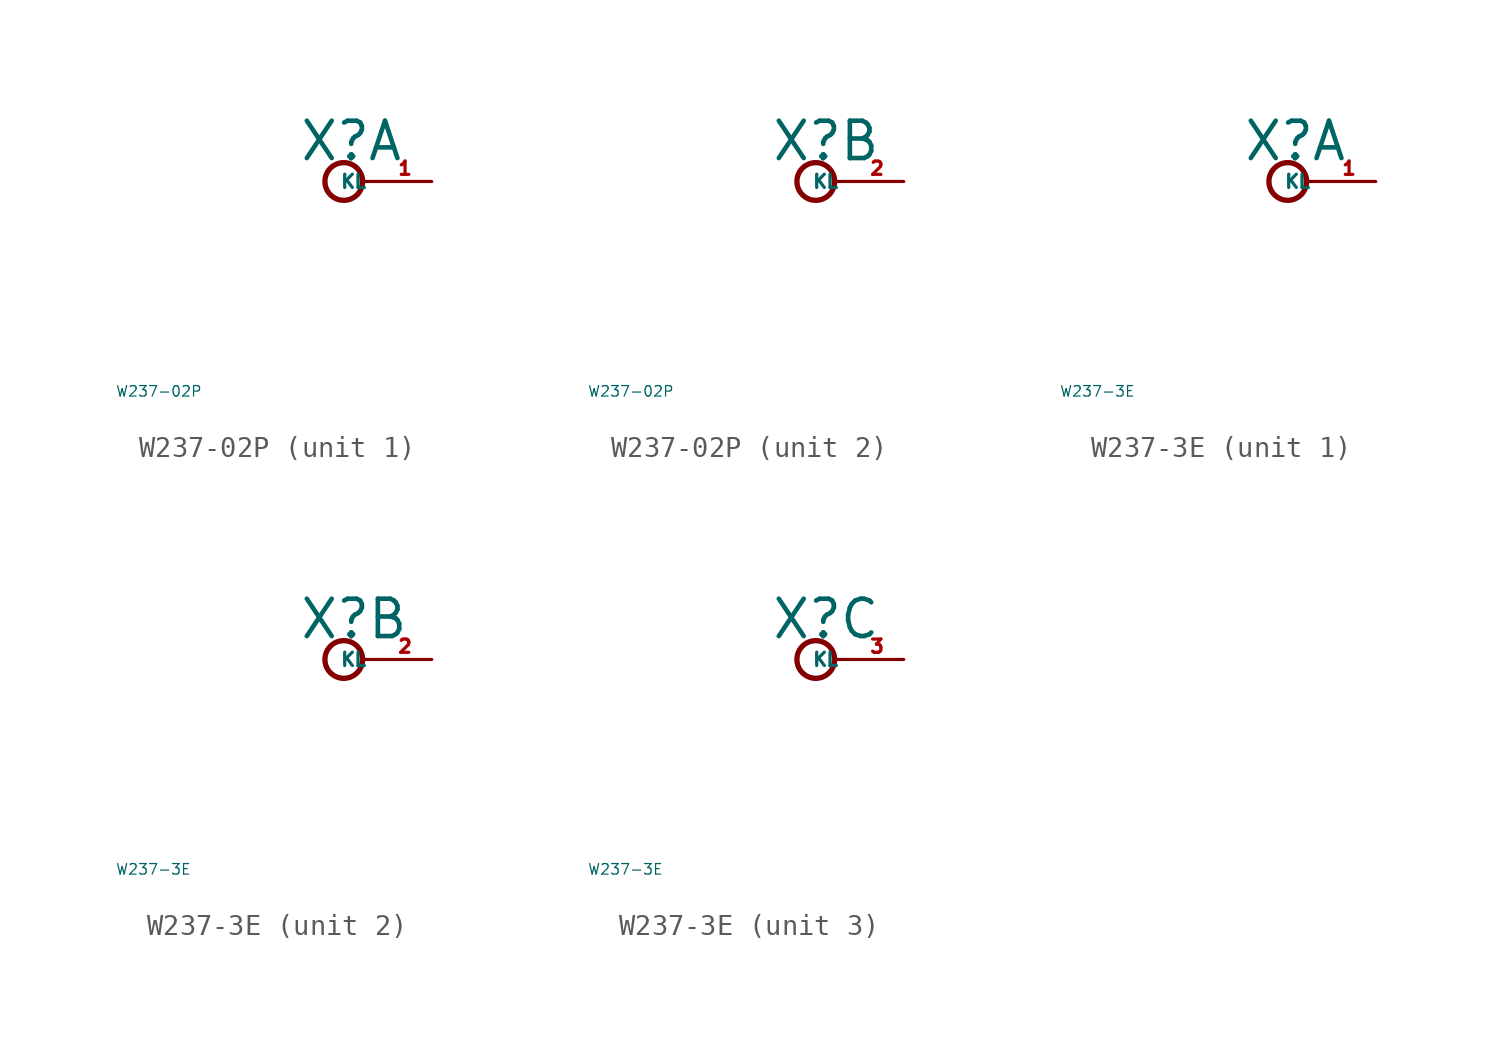
<source format=kicad_sym>
(kicad_symbol_lib
  (version 20220914)
  (generator Eagle2Kicad)
  (symbol "W237-02P"
    (property "Reference" "X"
      (at -1.27 0.889 0)
      (effects (font (size 1.778 1.778) (thickness 0.22)) (justify left bottom)))
    (property "Value" "W237-02P"
      (at -10 -10 0)
      (effects (font (size 0.5 0.5) (thickness 0.06)) (justify left)))
    (symbol "W237-02P_1_0"
      (polyline (pts (xy 1.778 0) (xy 2.54 0)) (stroke (width 0.152) (type default)) (fill (type none)))
      (circle (center 0.889 0) (radius 0.898) (stroke (width 0.254) (type default)) (fill (type none)))
      (pin passive line (at 5.08 0 180) (length 2.54) (name "KL" (effects (font (size 0.635 0.635) (thickness 0.08)) (justify left bottom))) (number "1" (effects (font (size 0.635 0.635) (thickness 0.08)) (justify left bottom)))))
    (symbol "W237-02P_2_0"
      (polyline (pts (xy 1.778 0) (xy 2.54 0)) (stroke (width 0.152) (type default)) (fill (type none)))
      (circle (center 0.889 0) (radius 0.898) (stroke (width 0.254) (type default)) (fill (type none)))
      (pin passive line (at 5.08 0 180) (length 2.54) (name "KL" (effects (font (size 0.635 0.635) (thickness 0.08)) (justify left bottom))) (number "2" (effects (font (size 0.635 0.635) (thickness 0.08)) (justify left bottom))))))
  (symbol "W237-3E"
    (property "Reference" "X"
      (at -1.27 0.889 0)
      (effects (font (size 1.778 1.778) (thickness 0.22)) (justify left bottom)))
    (property "Value" "W237-3E"
      (at -10 -10 0)
      (effects (font (size 0.5 0.5) (thickness 0.06)) (justify left)))
    (symbol "W237-3E_1_0"
      (polyline (pts (xy 1.778 0) (xy 2.54 0)) (stroke (width 0.152) (type default)) (fill (type none)))
      (circle (center 0.889 0) (radius 0.898) (stroke (width 0.254) (type default)) (fill (type none)))
      (pin passive line (at 5.08 0 180) (length 2.54) (name "KL" (effects (font (size 0.635 0.635) (thickness 0.08)) (justify left bottom))) (number "1" (effects (font (size 0.635 0.635) (thickness 0.08)) (justify left bottom)))))
    (symbol "W237-3E_2_0"
      (polyline (pts (xy 1.778 0) (xy 2.54 0)) (stroke (width 0.152) (type default)) (fill (type none)))
      (circle (center 0.889 0) (radius 0.898) (stroke (width 0.254) (type default)) (fill (type none)))
      (pin passive line (at 5.08 0 180) (length 2.54) (name "KL" (effects (font (size 0.635 0.635) (thickness 0.08)) (justify left bottom))) (number "2" (effects (font (size 0.635 0.635) (thickness 0.08)) (justify left bottom)))))
    (symbol "W237-3E_3_0"
      (polyline (pts (xy 1.778 0) (xy 2.54 0)) (stroke (width 0.152) (type default)) (fill (type none)))
      (circle (center 0.889 0) (radius 0.898) (stroke (width 0.254) (type default)) (fill (type none)))
      (pin passive line (at 5.08 0 180) (length 2.54) (name "KL" (effects (font (size 0.635 0.635) (thickness 0.08)) (justify left bottom))) (number "3" (effects (font (size 0.635 0.635) (thickness 0.08)) (justify left bottom)))))))
</source>
